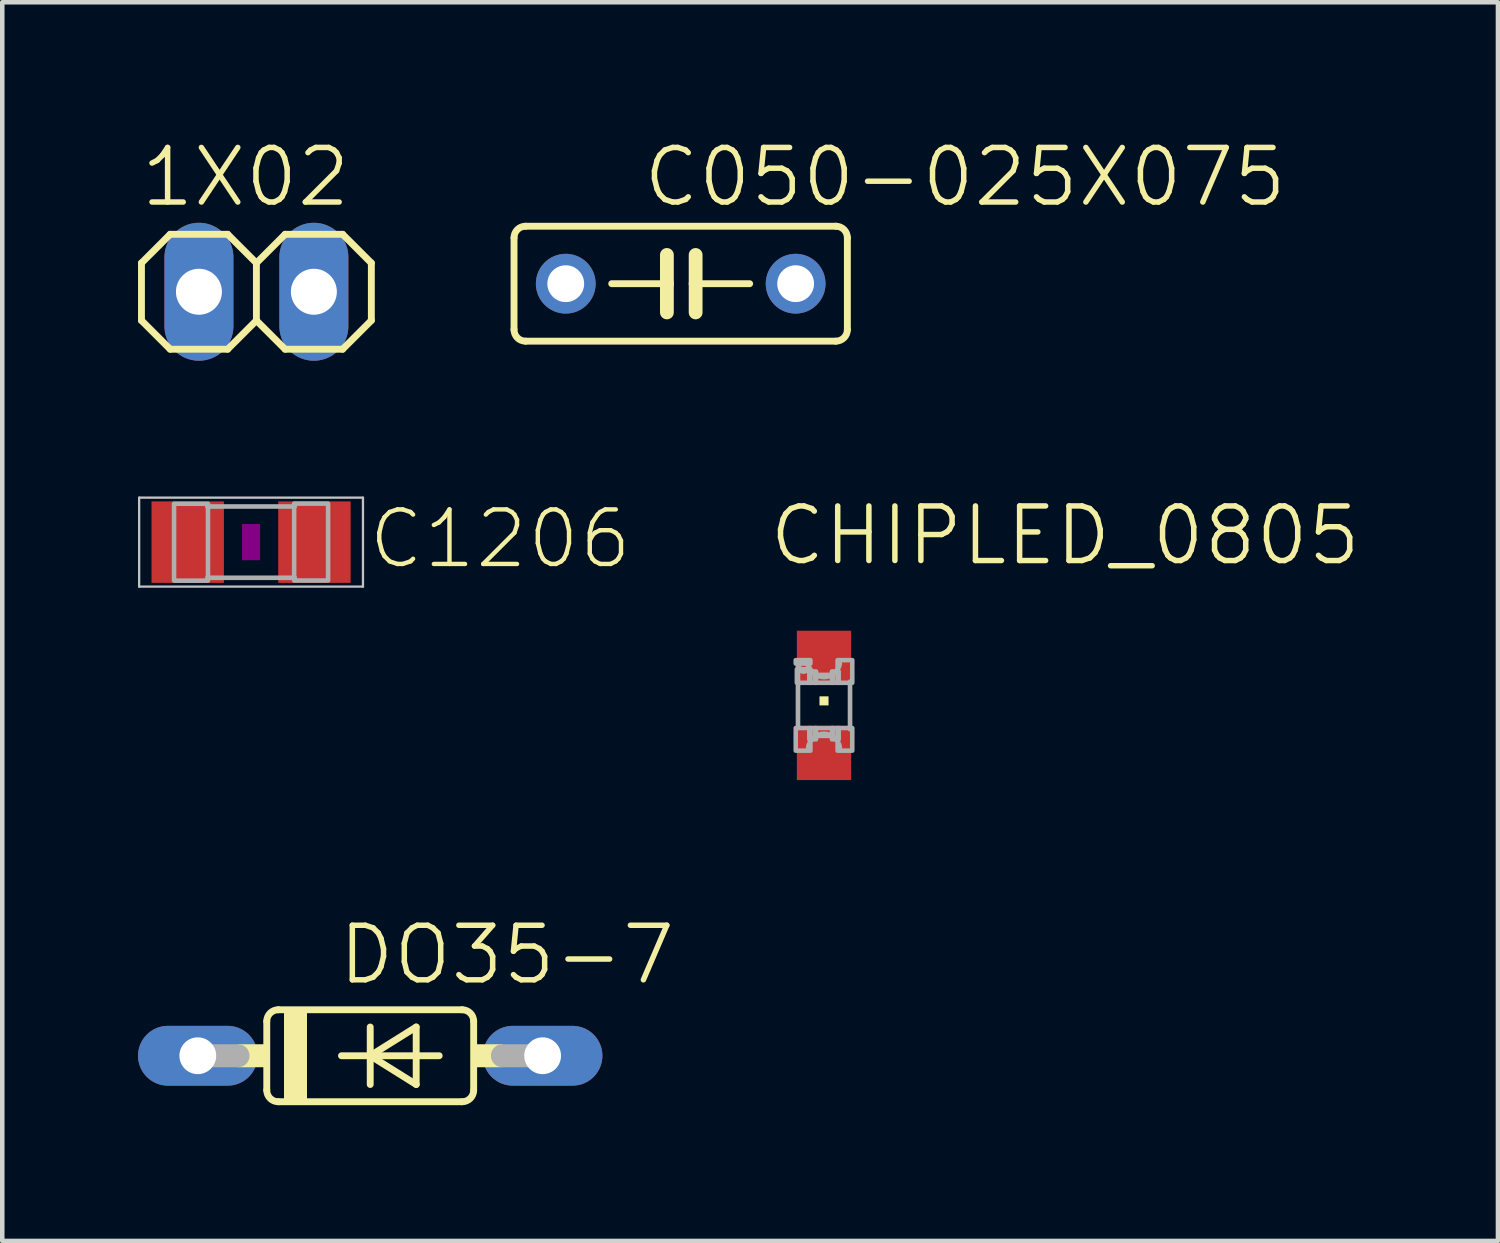
<source format=kicad_pcb>
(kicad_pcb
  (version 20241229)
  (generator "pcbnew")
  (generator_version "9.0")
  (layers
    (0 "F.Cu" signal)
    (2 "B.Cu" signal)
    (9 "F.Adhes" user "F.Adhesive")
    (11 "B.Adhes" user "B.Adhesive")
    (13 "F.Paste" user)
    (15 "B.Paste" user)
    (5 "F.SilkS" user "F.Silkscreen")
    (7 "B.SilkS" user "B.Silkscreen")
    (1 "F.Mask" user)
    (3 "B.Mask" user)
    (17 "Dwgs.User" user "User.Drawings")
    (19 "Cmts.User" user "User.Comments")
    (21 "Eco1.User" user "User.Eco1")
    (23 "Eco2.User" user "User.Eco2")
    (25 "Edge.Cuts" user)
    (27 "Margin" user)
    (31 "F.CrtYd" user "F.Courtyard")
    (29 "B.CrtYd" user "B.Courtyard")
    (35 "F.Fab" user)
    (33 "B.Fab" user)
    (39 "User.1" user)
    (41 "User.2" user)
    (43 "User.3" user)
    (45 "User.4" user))
  (footprint "C1206"
    (layer "F.Cu")
    (at 2.498 8.93)
    (property "Reference" "C1206" (at 2.54 0.635 0) (layer "F.SilkS") (effects (font (size 1.206 1.206) (thickness 0.097)) (justify left bottom)))
    (attr through_hole)
    (fp_poly (pts (xy -0.2 0.4) (xy 0.2 0.4) (xy 0.2 -0.4) (xy -0.2 -0.4)) (stroke (width 0) (type solid)) (fill yes) (layer "F.Adhes"))
    (fp_line (start -2.473 -0.983) (end 2.473 -0.983) (stroke (width 0.051) (type solid)) (layer "Dwgs.User"))
    (fp_line (start -2.473 0.983) (end -2.473 -0.983) (stroke (width 0.051) (type solid)) (layer "Dwgs.User"))
    (fp_line (start 2.473 -0.983) (end 2.473 0.983) (stroke (width 0.051) (type solid)) (layer "Dwgs.User"))
    (fp_line (start 2.473 0.983) (end -2.473 0.983) (stroke (width 0.051) (type solid)) (layer "Dwgs.User"))
    (fp_line (start -0.965 -0.787) (end 0.965 -0.787) (stroke (width 0.102) (type solid)) (layer "F.Fab"))
    (fp_line (start -0.965 0.787) (end 0.965 0.787) (stroke (width 0.102) (type solid)) (layer "F.Fab"))
    (fp_poly (pts (xy -1.702 0.851) (xy -0.952 0.851) (xy -0.952 -0.849) (xy -1.702 -0.849)) (stroke (width 0.1) (type solid)) (fill no) (layer "F.Fab"))
    (fp_poly (pts (xy 0.952 0.849) (xy 1.702 0.849) (xy 1.702 -0.851) (xy 0.952 -0.851)) (stroke (width 0.1) (type solid)) (fill no) (layer "F.Fab"))
    (pad "1" smd rect (at -1.4 0) (size 1.6 1.8) (layers "F.Cu" "F.Mask" "F.Paste"))
    (pad "2" smd rect (at 1.4 0) (size 1.6 1.8) (layers "F.Cu" "F.Mask" "F.Paste")))
  (footprint "CHIPLED_0805"
    (layer "F.Cu")
    (at 15.159 12.538)
    (property "Reference" "CHIPLED_0805" (at -1.27 -3.048 180) (layer "F.SilkS") (effects (font (size 1.206 1.206) (thickness 0.121)) (justify left bottom)))
    (attr through_hole)
    (fp_poly (pts (xy -0.1 0) (xy 0.1 0) (xy 0.1 -0.2) (xy -0.1 -0.2)) (stroke (width 0) (type solid)) (fill yes) (layer "F.SilkS"))
    (fp_line (start -0.575 0.5) (end -0.575 -0.925) (stroke (width 0.102) (type solid)) (layer "F.Fab"))
    (fp_line (start 0.575 -0.525) (end 0.575 0.525) (stroke (width 0.102) (type solid)) (layer "F.Fab"))
    (fp_arc (start -0.35 0.925) (mid -0.000001 0.625027) (end 0.35 0.924998) (stroke (width 0.1016) (type solid)) (layer "F.Fab"))
    (fp_arc (start 0.35 -0.924998) (mid -0.000001 -0.625027) (end -0.35 -0.925) (stroke (width 0.1016) (type solid)) (layer "F.Fab"))
    (fp_circle (center -0.45 -0.85) (end -0.347 -0.85) (stroke (width 0.102) (type solid)) (fill no) (layer "F.Fab"))
    (fp_poly (pts (xy -0.625 -0.925) (xy -0.3 -0.925) (xy -0.3 -1) (xy -0.625 -1)) (stroke (width 0.1) (type solid)) (fill no) (layer "F.Fab"))
    (fp_poly (pts (xy -0.625 1) (xy -0.3 1) (xy -0.3 0.5) (xy -0.625 0.5)) (stroke (width 0.1) (type solid)) (fill no) (layer "F.Fab"))
    (fp_poly (pts (xy -0.6 -0.5) (xy -0.3 -0.5) (xy -0.3 -0.8) (xy -0.6 -0.8)) (stroke (width 0.1) (type solid)) (fill no) (layer "F.Fab"))
    (fp_poly (pts (xy -0.325 -0.5) (xy -0.175 -0.5) (xy -0.175 -0.75) (xy -0.325 -0.75)) (stroke (width 0.1) (type solid)) (fill no) (layer "F.Fab"))
    (fp_poly (pts (xy -0.325 0.75) (xy -0.175 0.75) (xy -0.175 0.5) (xy -0.325 0.5)) (stroke (width 0.1) (type solid)) (fill no) (layer "F.Fab"))
    (fp_poly (pts (xy -0.2 -0.5) (xy 0.2 -0.5) (xy 0.2 -0.675) (xy -0.2 -0.675)) (stroke (width 0.1) (type solid)) (fill no) (layer "F.Fab"))
    (fp_poly (pts (xy -0.2 0.675) (xy 0.2 0.675) (xy 0.2 0.5) (xy -0.2 0.5)) (stroke (width 0.1) (type solid)) (fill no) (layer "F.Fab"))
    (fp_poly (pts (xy 0.175 -0.5) (xy 0.325 -0.5) (xy 0.325 -0.75) (xy 0.175 -0.75)) (stroke (width 0.1) (type solid)) (fill no) (layer "F.Fab"))
    (fp_poly (pts (xy 0.175 0.75) (xy 0.325 0.75) (xy 0.325 0.5) (xy 0.175 0.5)) (stroke (width 0.1) (type solid)) (fill no) (layer "F.Fab"))
    (fp_poly (pts (xy 0.3 -0.5) (xy 0.625 -0.5) (xy 0.625 -1) (xy 0.3 -1)) (stroke (width 0.1) (type solid)) (fill no) (layer "F.Fab"))
    (fp_poly (pts (xy 0.3 1) (xy 0.625 1) (xy 0.625 0.5) (xy 0.3 0.5)) (stroke (width 0.1) (type solid)) (fill no) (layer "F.Fab"))
    (pad "A" smd rect (at 0 1.05) (size 1.2 1.2) (layers "F.Cu" "F.Mask" "F.Paste"))
    (pad "C" smd rect (at 0 -1.05) (size 1.2 1.2) (layers "F.Cu" "F.Mask" "F.Paste")))
  (footprint "1X02"
    (layer "F.Cu")
    (at 2.616 3.397)
    (property "Reference" "1X02" (at -2.616 -1.829 180) (layer "F.SilkS") (effects (font (size 1.206 1.206) (thickness 0.121)) (justify left bottom)))
    (attr through_hole)
    (fp_line (start -2.54 -0.635) (end -2.54 0.635) (stroke (width 0.152) (type solid)) (layer "F.SilkS"))
    (fp_line (start -2.54 0.635) (end -1.905 1.27) (stroke (width 0.152) (type solid)) (layer "F.SilkS"))
    (fp_line (start -1.905 -1.27) (end -2.54 -0.635) (stroke (width 0.152) (type solid)) (layer "F.SilkS"))
    (fp_line (start -1.905 -1.27) (end -0.635 -1.27) (stroke (width 0.152) (type solid)) (layer "F.SilkS"))
    (fp_line (start -0.635 -1.27) (end 0 -0.635) (stroke (width 0.152) (type solid)) (layer "F.SilkS"))
    (fp_line (start -0.635 1.27) (end -1.905 1.27) (stroke (width 0.152) (type solid)) (layer "F.SilkS"))
    (fp_line (start 0 -0.635) (end 0 0.635) (stroke (width 0.152) (type solid)) (layer "F.SilkS"))
    (fp_line (start 0 -0.635) (end 0.635 -1.27) (stroke (width 0.152) (type solid)) (layer "F.SilkS"))
    (fp_line (start 0 0.635) (end -0.635 1.27) (stroke (width 0.152) (type solid)) (layer "F.SilkS"))
    (fp_line (start 0.635 -1.27) (end 1.905 -1.27) (stroke (width 0.152) (type solid)) (layer "F.SilkS"))
    (fp_line (start 0.635 1.27) (end 0 0.635) (stroke (width 0.152) (type solid)) (layer "F.SilkS"))
    (fp_line (start 1.905 -1.27) (end 2.54 -0.635) (stroke (width 0.152) (type solid)) (layer "F.SilkS"))
    (fp_line (start 1.905 1.27) (end 0.635 1.27) (stroke (width 0.152) (type solid)) (layer "F.SilkS"))
    (fp_line (start 2.54 -0.635) (end 2.54 0.635) (stroke (width 0.152) (type solid)) (layer "F.SilkS"))
    (fp_line (start 2.54 0.635) (end 1.905 1.27) (stroke (width 0.152) (type solid)) (layer "F.SilkS"))
    (fp_poly (pts (xy -1.524 0.254) (xy -1.016 0.254) (xy -1.016 -0.254) (xy -1.524 -0.254)) (stroke (width 0.1) (type solid)) (fill no) (layer "F.Fab"))
    (fp_poly (pts (xy 1.016 0.254) (xy 1.524 0.254) (xy 1.524 -0.254) (xy 1.016 -0.254)) (stroke (width 0.1) (type solid)) (fill no) (layer "F.Fab"))
    (pad "1" thru_hole oval (at -1.27 0 90) (size 3.048 1.524) (drill 1.016) (layers "*.Cu" "*.Mask"))
    (pad "2" thru_hole oval (at 1.27 0 90) (size 3.048 1.524) (drill 1.016) (layers "*.Cu" "*.Mask")))
  (footprint "DO35-7"
    (layer "F.Cu")
    (at 5.131 20.28)
    (property "Reference" "DO35-7" (at -0.762 -1.524 0) (layer "F.SilkS") (effects (font (size 1.206 1.206) (thickness 0.121)) (justify left bottom)))
    (attr through_hole)
    (fp_line (start -2.286 -0.762) (end -2.286 0.762) (stroke (width 0.152) (type solid)) (layer "F.SilkS"))
    (fp_line (start -2.032 -1.016) (end 2.032 -1.016) (stroke (width 0.152) (type solid)) (layer "F.SilkS"))
    (fp_line (start -2.032 1.016) (end 2.032 1.016) (stroke (width 0.152) (type solid)) (layer "F.SilkS"))
    (fp_line (start -0.635 0) (end 0 0) (stroke (width 0.152) (type solid)) (layer "F.SilkS"))
    (fp_line (start 0 -0.635) (end 0 0) (stroke (width 0.152) (type solid)) (layer "F.SilkS"))
    (fp_line (start 0 0) (end 0 0.635) (stroke (width 0.152) (type solid)) (layer "F.SilkS"))
    (fp_line (start 0 0) (end 1.016 -0.635) (stroke (width 0.152) (type solid)) (layer "F.SilkS"))
    (fp_line (start 0 0) (end 1.524 0) (stroke (width 0.152) (type solid)) (layer "F.SilkS"))
    (fp_line (start 1.016 -0.635) (end 1.016 0.635) (stroke (width 0.152) (type solid)) (layer "F.SilkS"))
    (fp_line (start 1.016 0.635) (end 0 0) (stroke (width 0.152) (type solid)) (layer "F.SilkS"))
    (fp_line (start 2.286 -0.762) (end 2.286 0.762) (stroke (width 0.152) (type solid)) (layer "F.SilkS"))
    (fp_arc (start -2.286 -0.762) (mid -2.211605 -0.941605) (end -2.032 -1.016) (stroke (width 0.1524) (type solid)) (layer "F.SilkS"))
    (fp_arc (start -2.032 1.016) (mid -2.211605 0.941605) (end -2.286 0.762) (stroke (width 0.1524) (type solid)) (layer "F.SilkS"))
    (fp_arc (start 2.032 -1.016) (mid 2.211605 -0.941605) (end 2.286 -0.762) (stroke (width 0.1524) (type solid)) (layer "F.SilkS"))
    (fp_arc (start 2.286 0.762) (mid 2.211605 0.941605) (end 2.032 1.016) (stroke (width 0.1524) (type solid)) (layer "F.SilkS"))
    (fp_poly (pts (xy -2.921 0.254) (xy -2.286 0.254) (xy -2.286 -0.254) (xy -2.921 -0.254)) (stroke (width 0) (type solid)) (fill yes) (layer "F.SilkS"))
    (fp_poly (pts (xy -1.905 1.016) (xy -1.397 1.016) (xy -1.397 -1.016) (xy -1.905 -1.016)) (stroke (width 0) (type solid)) (fill yes) (layer "F.SilkS"))
    (fp_poly (pts (xy 2.286 0.254) (xy 2.921 0.254) (xy 2.921 -0.254) (xy 2.286 -0.254)) (stroke (width 0) (type solid)) (fill yes) (layer "F.SilkS"))
    (fp_line (start -3.81 0) (end -2.921 0) (stroke (width 0.508) (type solid)) (layer "F.Fab"))
    (fp_line (start 3.81 0) (end 2.921 0) (stroke (width 0.508) (type solid)) (layer "F.Fab"))
    (pad "A" thru_hole oval (at 3.81 0) (size 2.642 1.321) (drill 0.813) (layers "*.Cu" "*.Mask"))
    (pad "C" thru_hole oval (at -3.81 0) (size 2.642 1.321) (drill 0.813) (layers "*.Cu" "*.Mask")))
  (footprint "C050-025X075"
    (layer "F.Cu")
    (at 11.992 3.219)
    (property "Reference" "C050-025X075" (at -0.889 -1.651 180) (layer "F.SilkS") (effects (font (size 1.206 1.206) (thickness 0.121)) (justify left bottom)))
    (attr through_hole)
    (fp_line (start -3.683 -1.016) (end -3.683 1.016) (stroke (width 0.152) (type solid)) (layer "F.SilkS"))
    (fp_line (start -3.429 1.27) (end 3.429 1.27) (stroke (width 0.152) (type solid)) (layer "F.SilkS"))
    (fp_line (start -0.305 -0.635) (end -0.305 0) (stroke (width 0.305) (type solid)) (layer "F.SilkS"))
    (fp_line (start -0.305 0) (end -1.524 0) (stroke (width 0.152) (type solid)) (layer "F.SilkS"))
    (fp_line (start -0.305 0) (end -0.305 0.635) (stroke (width 0.305) (type solid)) (layer "F.SilkS"))
    (fp_line (start 0.33 -0.635) (end 0.33 0) (stroke (width 0.305) (type solid)) (layer "F.SilkS"))
    (fp_line (start 0.33 0) (end 0.33 0.635) (stroke (width 0.305) (type solid)) (layer "F.SilkS"))
    (fp_line (start 0.33 0) (end 1.524 0) (stroke (width 0.152) (type solid)) (layer "F.SilkS"))
    (fp_line (start 3.429 -1.27) (end -3.429 -1.27) (stroke (width 0.152) (type solid)) (layer "F.SilkS"))
    (fp_line (start 3.683 1.016) (end 3.683 -1.016) (stroke (width 0.152) (type solid)) (layer "F.SilkS"))
    (fp_arc (start -3.683 -1.016) (mid -3.608605 -1.195605) (end -3.429 -1.27) (stroke (width 0.1524) (type solid)) (layer "F.SilkS"))
    (fp_arc (start -3.429 1.27) (mid -3.608605 1.195605) (end -3.683 1.016) (stroke (width 0.1524) (type solid)) (layer "F.SilkS"))
    (fp_arc (start 3.429 -1.27) (mid 3.608605 -1.195605) (end 3.683 -1.016) (stroke (width 0.1524) (type solid)) (layer "F.SilkS"))
    (fp_arc (start 3.683 1.016) (mid 3.608605 1.195605) (end 3.429 1.27) (stroke (width 0.1524) (type solid)) (layer "F.SilkS"))
    (pad "1" thru_hole circle (at -2.54 0) (size 1.321 1.321) (drill 0.813) (layers "*.Cu" "*.Mask"))
    (pad "2" thru_hole circle (at 2.54 0) (size 1.321 1.321) (drill 0.813) (layers "*.Cu" "*.Mask")))
  (gr_rect
    (start -3 -3)
    (end 30.052 24.372)
    (stroke (width 0.1) (type default))
    (fill no)
    (layer "Edge.Cuts")))
</source>
